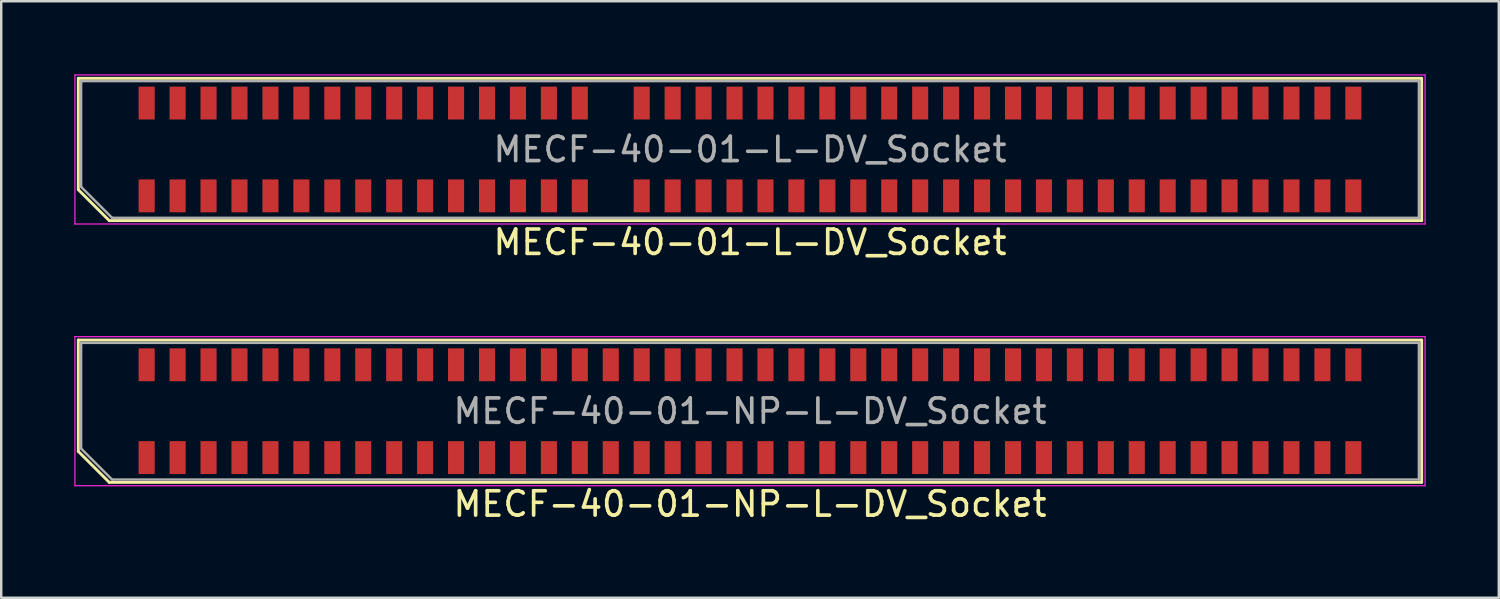
<source format=kicad_pcb>
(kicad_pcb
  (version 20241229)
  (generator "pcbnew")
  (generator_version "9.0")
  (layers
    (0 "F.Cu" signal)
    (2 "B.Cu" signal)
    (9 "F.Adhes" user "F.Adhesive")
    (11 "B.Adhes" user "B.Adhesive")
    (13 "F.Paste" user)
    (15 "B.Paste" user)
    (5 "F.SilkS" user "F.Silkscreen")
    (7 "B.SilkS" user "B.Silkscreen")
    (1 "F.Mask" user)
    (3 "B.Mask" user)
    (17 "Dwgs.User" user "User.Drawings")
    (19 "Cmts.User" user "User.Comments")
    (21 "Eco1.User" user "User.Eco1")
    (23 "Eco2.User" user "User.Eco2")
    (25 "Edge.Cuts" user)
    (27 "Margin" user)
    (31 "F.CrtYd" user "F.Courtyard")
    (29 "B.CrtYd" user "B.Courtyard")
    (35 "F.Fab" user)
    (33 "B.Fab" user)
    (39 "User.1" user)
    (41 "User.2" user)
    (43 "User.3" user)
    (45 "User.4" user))
  (footprint "MECF-40-01-L-DV_Socket"
    (layer "F.Cu")
    (at 27.735 3.085)
    (property "Reference" "MECF-40-01-L-DV_Socket" (at 0 3.81 0) (layer "F.SilkS") (effects (font (size 1 1) (thickness 0.15))))
    (attr smd)
    (fp_line (start -27.57 -2.92) (end 27.57 -2.92) (stroke (width 0.12) (type solid)) (layer "F.SilkS"))
    (fp_line (start -27.57 1.65) (end -27.57 -2.92) (stroke (width 0.12) (type solid)) (layer "F.SilkS"))
    (fp_line (start -26.3 2.92) (end -27.57 1.65) (stroke (width 0.12) (type solid)) (layer "F.SilkS"))
    (fp_line (start -26.3 2.92) (end 27.57 2.92) (stroke (width 0.12) (type solid)) (layer "F.SilkS"))
    (fp_line (start 27.57 2.92) (end 27.57 -2.92) (stroke (width 0.12) (type solid)) (layer "F.SilkS"))
    (fp_line (start -27.71 -3.06) (end -27.71 3.06) (stroke (width 0.05) (type solid)) (layer "F.CrtYd"))
    (fp_line (start -27.71 3.06) (end 27.71 3.06) (stroke (width 0.05) (type solid)) (layer "F.CrtYd"))
    (fp_line (start 27.71 -3.06) (end -27.71 -3.06) (stroke (width 0.05) (type solid)) (layer "F.CrtYd"))
    (fp_line (start 27.71 3.06) (end 27.71 -3.06) (stroke (width 0.05) (type solid)) (layer "F.CrtYd"))
    (fp_line (start -27.455 -2.805) (end 27.455 -2.805) (stroke (width 0.1) (type solid)) (layer "F.Fab"))
    (fp_line (start -27.455 1.535) (end -27.455 -2.805) (stroke (width 0.1) (type solid)) (layer "F.Fab"))
    (fp_line (start -27.455 1.535) (end -26.185 2.805) (stroke (width 0.1) (type solid)) (layer "F.Fab"))
    (fp_line (start -26.185 2.805) (end 27.455 2.805) (stroke (width 0.1) (type solid)) (layer "F.Fab"))
    (fp_line (start 27.455 2.805) (end 27.455 -2.805) (stroke (width 0.1) (type solid)) (layer "F.Fab"))
    (fp_text user "${REFERENCE}" (at 0 0 0) (layer "F.Fab") (effects (font (size 1 1) (thickness 0.15))))
    (pad "" np_thru_hole circle (at -26.545 0) (size 0.001 0.001) (drill 1.45) (layers "*.Cu" "*.Mask"))
    (pad "" np_thru_hole circle (at 26.545 1) (size 0.001 0.001) (drill 1.45) (layers "*.Cu" "*.Mask"))
    (pad "1" smd rect (at -24.765 1.905) (size 0.66 1.35) (layers "F.Cu" "F.Mask" "F.Paste"))
    (pad "2" smd rect (at -24.765 -1.905) (size 0.66 1.35) (layers "F.Cu" "F.Mask" "F.Paste"))
    (pad "3" smd rect (at -23.495 1.905) (size 0.66 1.35) (layers "F.Cu" "F.Mask" "F.Paste"))
    (pad "4" smd rect (at -23.495 -1.905) (size 0.66 1.35) (layers "F.Cu" "F.Mask" "F.Paste"))
    (pad "5" smd rect (at -22.225 1.905) (size 0.66 1.35) (layers "F.Cu" "F.Mask" "F.Paste"))
    (pad "6" smd rect (at -22.225 -1.905) (size 0.66 1.35) (layers "F.Cu" "F.Mask" "F.Paste"))
    (pad "7" smd rect (at -20.955 1.905) (size 0.66 1.35) (layers "F.Cu" "F.Mask" "F.Paste"))
    (pad "8" smd rect (at -20.955 -1.905) (size 0.66 1.35) (layers "F.Cu" "F.Mask" "F.Paste"))
    (pad "9" smd rect (at -19.685 1.905) (size 0.66 1.35) (layers "F.Cu" "F.Mask" "F.Paste"))
    (pad "10" smd rect (at -19.685 -1.905) (size 0.66 1.35) (layers "F.Cu" "F.Mask" "F.Paste"))
    (pad "11" smd rect (at -18.415 1.905) (size 0.66 1.35) (layers "F.Cu" "F.Mask" "F.Paste"))
    (pad "12" smd rect (at -18.415 -1.905) (size 0.66 1.35) (layers "F.Cu" "F.Mask" "F.Paste"))
    (pad "13" smd rect (at -17.145 1.905) (size 0.66 1.35) (layers "F.Cu" "F.Mask" "F.Paste"))
    (pad "14" smd rect (at -17.145 -1.905) (size 0.66 1.35) (layers "F.Cu" "F.Mask" "F.Paste"))
    (pad "15" smd rect (at -15.875 1.905) (size 0.66 1.35) (layers "F.Cu" "F.Mask" "F.Paste"))
    (pad "16" smd rect (at -15.875 -1.905) (size 0.66 1.35) (layers "F.Cu" "F.Mask" "F.Paste"))
    (pad "17" smd rect (at -14.605 1.905) (size 0.66 1.35) (layers "F.Cu" "F.Mask" "F.Paste"))
    (pad "18" smd rect (at -14.605 -1.905) (size 0.66 1.35) (layers "F.Cu" "F.Mask" "F.Paste"))
    (pad "19" smd rect (at -13.335 1.905) (size 0.66 1.35) (layers "F.Cu" "F.Mask" "F.Paste"))
    (pad "20" smd rect (at -13.335 -1.905) (size 0.66 1.35) (layers "F.Cu" "F.Mask" "F.Paste"))
    (pad "21" smd rect (at -12.065 1.905) (size 0.66 1.35) (layers "F.Cu" "F.Mask" "F.Paste"))
    (pad "22" smd rect (at -12.065 -1.905) (size 0.66 1.35) (layers "F.Cu" "F.Mask" "F.Paste"))
    (pad "23" smd rect (at -10.795 1.905) (size 0.66 1.35) (layers "F.Cu" "F.Mask" "F.Paste"))
    (pad "24" smd rect (at -10.795 -1.905) (size 0.66 1.35) (layers "F.Cu" "F.Mask" "F.Paste"))
    (pad "25" smd rect (at -9.525 1.905) (size 0.66 1.35) (layers "F.Cu" "F.Mask" "F.Paste"))
    (pad "26" smd rect (at -9.525 -1.905) (size 0.66 1.35) (layers "F.Cu" "F.Mask" "F.Paste"))
    (pad "27" smd rect (at -8.255 1.905) (size 0.66 1.35) (layers "F.Cu" "F.Mask" "F.Paste"))
    (pad "28" smd rect (at -8.255 -1.905) (size 0.66 1.35) (layers "F.Cu" "F.Mask" "F.Paste"))
    (pad "29" smd rect (at -6.985 1.905) (size 0.66 1.35) (layers "F.Cu" "F.Mask" "F.Paste"))
    (pad "30" smd rect (at -6.985 -1.905) (size 0.66 1.35) (layers "F.Cu" "F.Mask" "F.Paste"))
    (pad "33" smd rect (at -4.445 1.905) (size 0.66 1.35) (layers "F.Cu" "F.Mask" "F.Paste"))
    (pad "34" smd rect (at -4.445 -1.905) (size 0.66 1.35) (layers "F.Cu" "F.Mask" "F.Paste"))
    (pad "35" smd rect (at -3.175 1.905) (size 0.66 1.35) (layers "F.Cu" "F.Mask" "F.Paste"))
    (pad "36" smd rect (at -3.175 -1.905) (size 0.66 1.35) (layers "F.Cu" "F.Mask" "F.Paste"))
    (pad "37" smd rect (at -1.905 1.905) (size 0.66 1.35) (layers "F.Cu" "F.Mask" "F.Paste"))
    (pad "38" smd rect (at -1.905 -1.905) (size 0.66 1.35) (layers "F.Cu" "F.Mask" "F.Paste"))
    (pad "39" smd rect (at -0.635 1.905) (size 0.66 1.35) (layers "F.Cu" "F.Mask" "F.Paste"))
    (pad "40" smd rect (at -0.635 -1.905) (size 0.66 1.35) (layers "F.Cu" "F.Mask" "F.Paste"))
    (pad "41" smd rect (at 0.635 1.905) (size 0.66 1.35) (layers "F.Cu" "F.Mask" "F.Paste"))
    (pad "42" smd rect (at 0.635 -1.905) (size 0.66 1.35) (layers "F.Cu" "F.Mask" "F.Paste"))
    (pad "43" smd rect (at 1.905 1.905) (size 0.66 1.35) (layers "F.Cu" "F.Mask" "F.Paste"))
    (pad "44" smd rect (at 1.905 -1.905) (size 0.66 1.35) (layers "F.Cu" "F.Mask" "F.Paste"))
    (pad "45" smd rect (at 3.175 1.905) (size 0.66 1.35) (layers "F.Cu" "F.Mask" "F.Paste"))
    (pad "46" smd rect (at 3.175 -1.905) (size 0.66 1.35) (layers "F.Cu" "F.Mask" "F.Paste"))
    (pad "47" smd rect (at 4.445 1.905) (size 0.66 1.35) (layers "F.Cu" "F.Mask" "F.Paste"))
    (pad "48" smd rect (at 4.445 -1.905) (size 0.66 1.35) (layers "F.Cu" "F.Mask" "F.Paste"))
    (pad "49" smd rect (at 5.715 1.905) (size 0.66 1.35) (layers "F.Cu" "F.Mask" "F.Paste"))
    (pad "50" smd rect (at 5.715 -1.905) (size 0.66 1.35) (layers "F.Cu" "F.Mask" "F.Paste"))
    (pad "51" smd rect (at 6.985 1.905) (size 0.66 1.35) (layers "F.Cu" "F.Mask" "F.Paste"))
    (pad "52" smd rect (at 6.985 -1.905) (size 0.66 1.35) (layers "F.Cu" "F.Mask" "F.Paste"))
    (pad "53" smd rect (at 8.255 1.905) (size 0.66 1.35) (layers "F.Cu" "F.Mask" "F.Paste"))
    (pad "54" smd rect (at 8.255 -1.905) (size 0.66 1.35) (layers "F.Cu" "F.Mask" "F.Paste"))
    (pad "55" smd rect (at 9.525 1.905) (size 0.66 1.35) (layers "F.Cu" "F.Mask" "F.Paste"))
    (pad "56" smd rect (at 9.525 -1.905) (size 0.66 1.35) (layers "F.Cu" "F.Mask" "F.Paste"))
    (pad "57" smd rect (at 10.795 1.905) (size 0.66 1.35) (layers "F.Cu" "F.Mask" "F.Paste"))
    (pad "58" smd rect (at 10.795 -1.905) (size 0.66 1.35) (layers "F.Cu" "F.Mask" "F.Paste"))
    (pad "59" smd rect (at 12.065 1.905) (size 0.66 1.35) (layers "F.Cu" "F.Mask" "F.Paste"))
    (pad "60" smd rect (at 12.065 -1.905) (size 0.66 1.35) (layers "F.Cu" "F.Mask" "F.Paste"))
    (pad "61" smd rect (at 13.335 1.905) (size 0.66 1.35) (layers "F.Cu" "F.Mask" "F.Paste"))
    (pad "62" smd rect (at 13.335 -1.905) (size 0.66 1.35) (layers "F.Cu" "F.Mask" "F.Paste"))
    (pad "63" smd rect (at 14.605 1.905) (size 0.66 1.35) (layers "F.Cu" "F.Mask" "F.Paste"))
    (pad "64" smd rect (at 14.605 -1.905) (size 0.66 1.35) (layers "F.Cu" "F.Mask" "F.Paste"))
    (pad "65" smd rect (at 15.875 1.905) (size 0.66 1.35) (layers "F.Cu" "F.Mask" "F.Paste"))
    (pad "66" smd rect (at 15.875 -1.905) (size 0.66 1.35) (layers "F.Cu" "F.Mask" "F.Paste"))
    (pad "67" smd rect (at 17.145 1.905) (size 0.66 1.35) (layers "F.Cu" "F.Mask" "F.Paste"))
    (pad "68" smd rect (at 17.145 -1.905) (size 0.66 1.35) (layers "F.Cu" "F.Mask" "F.Paste"))
    (pad "69" smd rect (at 18.415 1.905) (size 0.66 1.35) (layers "F.Cu" "F.Mask" "F.Paste"))
    (pad "70" smd rect (at 18.415 -1.905) (size 0.66 1.35) (layers "F.Cu" "F.Mask" "F.Paste"))
    (pad "71" smd rect (at 19.685 1.905) (size 0.66 1.35) (layers "F.Cu" "F.Mask" "F.Paste"))
    (pad "72" smd rect (at 19.685 -1.905) (size 0.66 1.35) (layers "F.Cu" "F.Mask" "F.Paste"))
    (pad "73" smd rect (at 20.955 1.905) (size 0.66 1.35) (layers "F.Cu" "F.Mask" "F.Paste"))
    (pad "74" smd rect (at 20.955 -1.905) (size 0.66 1.35) (layers "F.Cu" "F.Mask" "F.Paste"))
    (pad "75" smd rect (at 22.225 1.905) (size 0.66 1.35) (layers "F.Cu" "F.Mask" "F.Paste"))
    (pad "76" smd rect (at 22.225 -1.905) (size 0.66 1.35) (layers "F.Cu" "F.Mask" "F.Paste"))
    (pad "77" smd rect (at 23.495 1.905) (size 0.66 1.35) (layers "F.Cu" "F.Mask" "F.Paste"))
    (pad "78" smd rect (at 23.495 -1.905) (size 0.66 1.35) (layers "F.Cu" "F.Mask" "F.Paste"))
    (pad "79" smd rect (at 24.765 1.905) (size 0.66 1.35) (layers "F.Cu" "F.Mask" "F.Paste"))
    (pad "80" smd rect (at 24.765 -1.905) (size 0.66 1.35) (layers "F.Cu" "F.Mask" "F.Paste")))
  (footprint "MECF-40-01-NP-L-DV_Socket"
    (layer "F.Cu")
    (at 27.735 13.828)
    (property "Reference" "MECF-40-01-NP-L-DV_Socket" (at 0 3.81 0) (layer "F.SilkS") (effects (font (size 1 1) (thickness 0.15))))
    (attr smd)
    (fp_line (start -27.57 -2.92) (end 27.57 -2.92) (stroke (width 0.12) (type solid)) (layer "F.SilkS"))
    (fp_line (start -27.57 1.65) (end -27.57 -2.92) (stroke (width 0.12) (type solid)) (layer "F.SilkS"))
    (fp_line (start -26.3 2.92) (end -27.57 1.65) (stroke (width 0.12) (type solid)) (layer "F.SilkS"))
    (fp_line (start -26.3 2.92) (end 27.57 2.92) (stroke (width 0.12) (type solid)) (layer "F.SilkS"))
    (fp_line (start 27.57 2.92) (end 27.57 -2.92) (stroke (width 0.12) (type solid)) (layer "F.SilkS"))
    (fp_line (start -27.71 -3.06) (end -27.71 3.06) (stroke (width 0.05) (type solid)) (layer "F.CrtYd"))
    (fp_line (start -27.71 3.06) (end 27.71 3.06) (stroke (width 0.05) (type solid)) (layer "F.CrtYd"))
    (fp_line (start 27.71 -3.06) (end -27.71 -3.06) (stroke (width 0.05) (type solid)) (layer "F.CrtYd"))
    (fp_line (start 27.71 3.06) (end 27.71 -3.06) (stroke (width 0.05) (type solid)) (layer "F.CrtYd"))
    (fp_line (start -27.455 -2.805) (end 27.455 -2.805) (stroke (width 0.1) (type solid)) (layer "F.Fab"))
    (fp_line (start -27.455 1.535) (end -27.455 -2.805) (stroke (width 0.1) (type solid)) (layer "F.Fab"))
    (fp_line (start -27.455 1.535) (end -26.185 2.805) (stroke (width 0.1) (type solid)) (layer "F.Fab"))
    (fp_line (start -26.185 2.805) (end 27.455 2.805) (stroke (width 0.1) (type solid)) (layer "F.Fab"))
    (fp_line (start 27.455 2.805) (end 27.455 -2.805) (stroke (width 0.1) (type solid)) (layer "F.Fab"))
    (fp_text user "${REFERENCE}" (at 0 0 0) (layer "F.Fab") (effects (font (size 1 1) (thickness 0.15))))
    (pad "" np_thru_hole circle (at -26.545 0) (size 0.001 0.001) (drill 1.45) (layers "*.Cu" "*.Mask"))
    (pad "" np_thru_hole circle (at 26.545 1) (size 0.001 0.001) (drill 1.45) (layers "*.Cu" "*.Mask"))
    (pad "1" smd rect (at -24.765 1.905) (size 0.66 1.35) (layers "F.Cu" "F.Mask" "F.Paste"))
    (pad "2" smd rect (at -24.765 -1.905) (size 0.66 1.35) (layers "F.Cu" "F.Mask" "F.Paste"))
    (pad "3" smd rect (at -23.495 1.905) (size 0.66 1.35) (layers "F.Cu" "F.Mask" "F.Paste"))
    (pad "4" smd rect (at -23.495 -1.905) (size 0.66 1.35) (layers "F.Cu" "F.Mask" "F.Paste"))
    (pad "5" smd rect (at -22.225 1.905) (size 0.66 1.35) (layers "F.Cu" "F.Mask" "F.Paste"))
    (pad "6" smd rect (at -22.225 -1.905) (size 0.66 1.35) (layers "F.Cu" "F.Mask" "F.Paste"))
    (pad "7" smd rect (at -20.955 1.905) (size 0.66 1.35) (layers "F.Cu" "F.Mask" "F.Paste"))
    (pad "8" smd rect (at -20.955 -1.905) (size 0.66 1.35) (layers "F.Cu" "F.Mask" "F.Paste"))
    (pad "9" smd rect (at -19.685 1.905) (size 0.66 1.35) (layers "F.Cu" "F.Mask" "F.Paste"))
    (pad "10" smd rect (at -19.685 -1.905) (size 0.66 1.35) (layers "F.Cu" "F.Mask" "F.Paste"))
    (pad "11" smd rect (at -18.415 1.905) (size 0.66 1.35) (layers "F.Cu" "F.Mask" "F.Paste"))
    (pad "12" smd rect (at -18.415 -1.905) (size 0.66 1.35) (layers "F.Cu" "F.Mask" "F.Paste"))
    (pad "13" smd rect (at -17.145 1.905) (size 0.66 1.35) (layers "F.Cu" "F.Mask" "F.Paste"))
    (pad "14" smd rect (at -17.145 -1.905) (size 0.66 1.35) (layers "F.Cu" "F.Mask" "F.Paste"))
    (pad "15" smd rect (at -15.875 1.905) (size 0.66 1.35) (layers "F.Cu" "F.Mask" "F.Paste"))
    (pad "16" smd rect (at -15.875 -1.905) (size 0.66 1.35) (layers "F.Cu" "F.Mask" "F.Paste"))
    (pad "17" smd rect (at -14.605 1.905) (size 0.66 1.35) (layers "F.Cu" "F.Mask" "F.Paste"))
    (pad "18" smd rect (at -14.605 -1.905) (size 0.66 1.35) (layers "F.Cu" "F.Mask" "F.Paste"))
    (pad "19" smd rect (at -13.335 1.905) (size 0.66 1.35) (layers "F.Cu" "F.Mask" "F.Paste"))
    (pad "20" smd rect (at -13.335 -1.905) (size 0.66 1.35) (layers "F.Cu" "F.Mask" "F.Paste"))
    (pad "21" smd rect (at -12.065 1.905) (size 0.66 1.35) (layers "F.Cu" "F.Mask" "F.Paste"))
    (pad "22" smd rect (at -12.065 -1.905) (size 0.66 1.35) (layers "F.Cu" "F.Mask" "F.Paste"))
    (pad "23" smd rect (at -10.795 1.905) (size 0.66 1.35) (layers "F.Cu" "F.Mask" "F.Paste"))
    (pad "24" smd rect (at -10.795 -1.905) (size 0.66 1.35) (layers "F.Cu" "F.Mask" "F.Paste"))
    (pad "25" smd rect (at -9.525 1.905) (size 0.66 1.35) (layers "F.Cu" "F.Mask" "F.Paste"))
    (pad "26" smd rect (at -9.525 -1.905) (size 0.66 1.35) (layers "F.Cu" "F.Mask" "F.Paste"))
    (pad "27" smd rect (at -8.255 1.905) (size 0.66 1.35) (layers "F.Cu" "F.Mask" "F.Paste"))
    (pad "28" smd rect (at -8.255 -1.905) (size 0.66 1.35) (layers "F.Cu" "F.Mask" "F.Paste"))
    (pad "29" smd rect (at -6.985 1.905) (size 0.66 1.35) (layers "F.Cu" "F.Mask" "F.Paste"))
    (pad "30" smd rect (at -6.985 -1.905) (size 0.66 1.35) (layers "F.Cu" "F.Mask" "F.Paste"))
    (pad "31" smd rect (at -5.715 1.905) (size 0.66 1.35) (layers "F.Cu" "F.Mask" "F.Paste"))
    (pad "32" smd rect (at -5.715 -1.905) (size 0.66 1.35) (layers "F.Cu" "F.Mask" "F.Paste"))
    (pad "33" smd rect (at -4.445 1.905) (size 0.66 1.35) (layers "F.Cu" "F.Mask" "F.Paste"))
    (pad "34" smd rect (at -4.445 -1.905) (size 0.66 1.35) (layers "F.Cu" "F.Mask" "F.Paste"))
    (pad "35" smd rect (at -3.175 1.905) (size 0.66 1.35) (layers "F.Cu" "F.Mask" "F.Paste"))
    (pad "36" smd rect (at -3.175 -1.905) (size 0.66 1.35) (layers "F.Cu" "F.Mask" "F.Paste"))
    (pad "37" smd rect (at -1.905 1.905) (size 0.66 1.35) (layers "F.Cu" "F.Mask" "F.Paste"))
    (pad "38" smd rect (at -1.905 -1.905) (size 0.66 1.35) (layers "F.Cu" "F.Mask" "F.Paste"))
    (pad "39" smd rect (at -0.635 1.905) (size 0.66 1.35) (layers "F.Cu" "F.Mask" "F.Paste"))
    (pad "40" smd rect (at -0.635 -1.905) (size 0.66 1.35) (layers "F.Cu" "F.Mask" "F.Paste"))
    (pad "41" smd rect (at 0.635 1.905) (size 0.66 1.35) (layers "F.Cu" "F.Mask" "F.Paste"))
    (pad "42" smd rect (at 0.635 -1.905) (size 0.66 1.35) (layers "F.Cu" "F.Mask" "F.Paste"))
    (pad "43" smd rect (at 1.905 1.905) (size 0.66 1.35) (layers "F.Cu" "F.Mask" "F.Paste"))
    (pad "44" smd rect (at 1.905 -1.905) (size 0.66 1.35) (layers "F.Cu" "F.Mask" "F.Paste"))
    (pad "45" smd rect (at 3.175 1.905) (size 0.66 1.35) (layers "F.Cu" "F.Mask" "F.Paste"))
    (pad "46" smd rect (at 3.175 -1.905) (size 0.66 1.35) (layers "F.Cu" "F.Mask" "F.Paste"))
    (pad "47" smd rect (at 4.445 1.905) (size 0.66 1.35) (layers "F.Cu" "F.Mask" "F.Paste"))
    (pad "48" smd rect (at 4.445 -1.905) (size 0.66 1.35) (layers "F.Cu" "F.Mask" "F.Paste"))
    (pad "49" smd rect (at 5.715 1.905) (size 0.66 1.35) (layers "F.Cu" "F.Mask" "F.Paste"))
    (pad "50" smd rect (at 5.715 -1.905) (size 0.66 1.35) (layers "F.Cu" "F.Mask" "F.Paste"))
    (pad "51" smd rect (at 6.985 1.905) (size 0.66 1.35) (layers "F.Cu" "F.Mask" "F.Paste"))
    (pad "52" smd rect (at 6.985 -1.905) (size 0.66 1.35) (layers "F.Cu" "F.Mask" "F.Paste"))
    (pad "53" smd rect (at 8.255 1.905) (size 0.66 1.35) (layers "F.Cu" "F.Mask" "F.Paste"))
    (pad "54" smd rect (at 8.255 -1.905) (size 0.66 1.35) (layers "F.Cu" "F.Mask" "F.Paste"))
    (pad "55" smd rect (at 9.525 1.905) (size 0.66 1.35) (layers "F.Cu" "F.Mask" "F.Paste"))
    (pad "56" smd rect (at 9.525 -1.905) (size 0.66 1.35) (layers "F.Cu" "F.Mask" "F.Paste"))
    (pad "57" smd rect (at 10.795 1.905) (size 0.66 1.35) (layers "F.Cu" "F.Mask" "F.Paste"))
    (pad "58" smd rect (at 10.795 -1.905) (size 0.66 1.35) (layers "F.Cu" "F.Mask" "F.Paste"))
    (pad "59" smd rect (at 12.065 1.905) (size 0.66 1.35) (layers "F.Cu" "F.Mask" "F.Paste"))
    (pad "60" smd rect (at 12.065 -1.905) (size 0.66 1.35) (layers "F.Cu" "F.Mask" "F.Paste"))
    (pad "61" smd rect (at 13.335 1.905) (size 0.66 1.35) (layers "F.Cu" "F.Mask" "F.Paste"))
    (pad "62" smd rect (at 13.335 -1.905) (size 0.66 1.35) (layers "F.Cu" "F.Mask" "F.Paste"))
    (pad "63" smd rect (at 14.605 1.905) (size 0.66 1.35) (layers "F.Cu" "F.Mask" "F.Paste"))
    (pad "64" smd rect (at 14.605 -1.905) (size 0.66 1.35) (layers "F.Cu" "F.Mask" "F.Paste"))
    (pad "65" smd rect (at 15.875 1.905) (size 0.66 1.35) (layers "F.Cu" "F.Mask" "F.Paste"))
    (pad "66" smd rect (at 15.875 -1.905) (size 0.66 1.35) (layers "F.Cu" "F.Mask" "F.Paste"))
    (pad "67" smd rect (at 17.145 1.905) (size 0.66 1.35) (layers "F.Cu" "F.Mask" "F.Paste"))
    (pad "68" smd rect (at 17.145 -1.905) (size 0.66 1.35) (layers "F.Cu" "F.Mask" "F.Paste"))
    (pad "69" smd rect (at 18.415 1.905) (size 0.66 1.35) (layers "F.Cu" "F.Mask" "F.Paste"))
    (pad "70" smd rect (at 18.415 -1.905) (size 0.66 1.35) (layers "F.Cu" "F.Mask" "F.Paste"))
    (pad "71" smd rect (at 19.685 1.905) (size 0.66 1.35) (layers "F.Cu" "F.Mask" "F.Paste"))
    (pad "72" smd rect (at 19.685 -1.905) (size 0.66 1.35) (layers "F.Cu" "F.Mask" "F.Paste"))
    (pad "73" smd rect (at 20.955 1.905) (size 0.66 1.35) (layers "F.Cu" "F.Mask" "F.Paste"))
    (pad "74" smd rect (at 20.955 -1.905) (size 0.66 1.35) (layers "F.Cu" "F.Mask" "F.Paste"))
    (pad "75" smd rect (at 22.225 1.905) (size 0.66 1.35) (layers "F.Cu" "F.Mask" "F.Paste"))
    (pad "76" smd rect (at 22.225 -1.905) (size 0.66 1.35) (layers "F.Cu" "F.Mask" "F.Paste"))
    (pad "77" smd rect (at 23.495 1.905) (size 0.66 1.35) (layers "F.Cu" "F.Mask" "F.Paste"))
    (pad "78" smd rect (at 23.495 -1.905) (size 0.66 1.35) (layers "F.Cu" "F.Mask" "F.Paste"))
    (pad "79" smd rect (at 24.765 1.905) (size 0.66 1.35) (layers "F.Cu" "F.Mask" "F.Paste"))
    (pad "80" smd rect (at 24.765 -1.905) (size 0.66 1.35) (layers "F.Cu" "F.Mask" "F.Paste")))
  (gr_rect
    (start -3 -3)
    (end 58.47 21.486)
    (stroke (width 0.1) (type default))
    (fill no)
    (layer "Edge.Cuts")))
</source>
